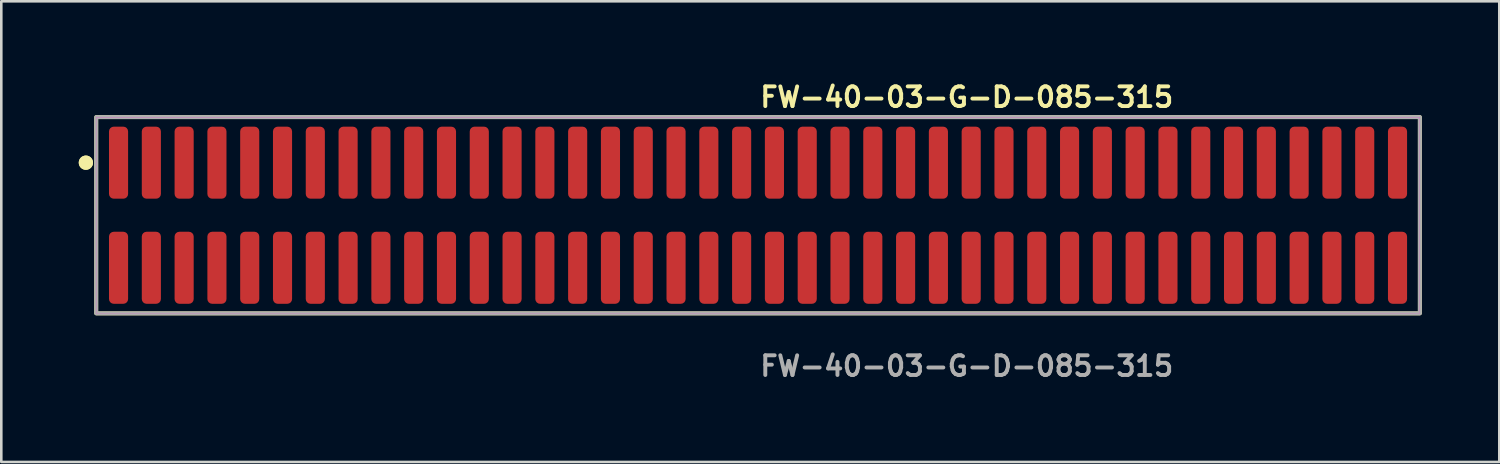
<source format=kicad_pcb>
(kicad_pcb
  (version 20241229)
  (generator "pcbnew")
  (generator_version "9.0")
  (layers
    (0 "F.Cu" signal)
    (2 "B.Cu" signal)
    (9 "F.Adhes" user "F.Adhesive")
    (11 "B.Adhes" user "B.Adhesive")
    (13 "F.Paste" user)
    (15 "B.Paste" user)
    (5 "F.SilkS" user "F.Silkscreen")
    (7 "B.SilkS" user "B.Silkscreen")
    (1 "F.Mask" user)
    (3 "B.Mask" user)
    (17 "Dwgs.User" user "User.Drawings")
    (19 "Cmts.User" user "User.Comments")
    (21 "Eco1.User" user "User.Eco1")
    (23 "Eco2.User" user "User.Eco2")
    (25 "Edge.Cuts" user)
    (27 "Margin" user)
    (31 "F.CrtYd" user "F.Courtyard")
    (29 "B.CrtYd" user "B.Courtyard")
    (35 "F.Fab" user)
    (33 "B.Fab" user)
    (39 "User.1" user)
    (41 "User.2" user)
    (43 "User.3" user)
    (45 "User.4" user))
  (footprint "FW-40-03-G-D-085-315"
    (layer "F.Cu")
    (at 26.306 5.285)
    (property "Reference" "FW-40-03-G-D-085-315" (at 0 -4.572 0) (unlocked yes) (layer "F.SilkS") (effects (font (size 0.762 0.762) (thickness 0.152)) (justify left)))
    (fp_rect (start -25.63 3.8) (end 25.63 -3.8) (stroke (width 0.152) (type solid)) (fill no) (layer "F.SilkS"))
    (fp_circle (center -26.03 -2.035) (end -26.23 -2.035) (stroke (width 0.152) (type solid)) (fill yes) (layer "F.SilkS"))
    (fp_circle (center -26.03 -2.035) (end -26.23 -2.035) (stroke (width 0.152) (type solid)) (fill yes) (layer "F.SilkS"))
    (fp_rect (start -25.63 3.8) (end 25.63 -3.8) (stroke (width 0.006) (type solid)) (fill no) (layer "F.CrtYd"))
    (fp_rect (start -25.63 3.8) (end 25.63 -3.8) (stroke (width 0.152) (type solid)) (fill no) (layer "F.Fab"))
    (fp_text user "${REFERENCE}" (at 0 5.842 0) (unlocked yes) (layer "F.Fab") (effects (font (size 0.762 0.762) (thickness 0.152)) (justify left)))
    (pad "1" smd roundrect (at -24.765 -2.035) (size 0.74 2.79) (layers "F.Cu" "F.Paste") (roundrect_rratio 0.25))
    (pad "2" smd roundrect (at -24.765 2.035) (size 0.74 2.79) (layers "F.Cu" "F.Paste") (roundrect_rratio 0.25))
    (pad "3" smd roundrect (at -23.495 -2.035) (size 0.74 2.79) (layers "F.Cu" "F.Paste") (roundrect_rratio 0.25))
    (pad "4" smd roundrect (at -23.495 2.035) (size 0.74 2.79) (layers "F.Cu" "F.Paste") (roundrect_rratio 0.25))
    (pad "5" smd roundrect (at -22.225 -2.035) (size 0.74 2.79) (layers "F.Cu" "F.Paste") (roundrect_rratio 0.25))
    (pad "6" smd roundrect (at -22.225 2.035) (size 0.74 2.79) (layers "F.Cu" "F.Paste") (roundrect_rratio 0.25))
    (pad "7" smd roundrect (at -20.955 -2.035) (size 0.74 2.79) (layers "F.Cu" "F.Paste") (roundrect_rratio 0.25))
    (pad "8" smd roundrect (at -20.955 2.035) (size 0.74 2.79) (layers "F.Cu" "F.Paste") (roundrect_rratio 0.25))
    (pad "9" smd roundrect (at -19.685 -2.035) (size 0.74 2.79) (layers "F.Cu" "F.Paste") (roundrect_rratio 0.25))
    (pad "10" smd roundrect (at -19.685 2.035) (size 0.74 2.79) (layers "F.Cu" "F.Paste") (roundrect_rratio 0.25))
    (pad "11" smd roundrect (at -18.415 -2.035) (size 0.74 2.79) (layers "F.Cu" "F.Paste") (roundrect_rratio 0.25))
    (pad "12" smd roundrect (at -18.415 2.035) (size 0.74 2.79) (layers "F.Cu" "F.Paste") (roundrect_rratio 0.25))
    (pad "13" smd roundrect (at -17.145 -2.035) (size 0.74 2.79) (layers "F.Cu" "F.Paste") (roundrect_rratio 0.25))
    (pad "14" smd roundrect (at -17.145 2.035) (size 0.74 2.79) (layers "F.Cu" "F.Paste") (roundrect_rratio 0.25))
    (pad "15" smd roundrect (at -15.875 -2.035) (size 0.74 2.79) (layers "F.Cu" "F.Paste") (roundrect_rratio 0.25))
    (pad "16" smd roundrect (at -15.875 2.035) (size 0.74 2.79) (layers "F.Cu" "F.Paste") (roundrect_rratio 0.25))
    (pad "17" smd roundrect (at -14.605 -2.035) (size 0.74 2.79) (layers "F.Cu" "F.Paste") (roundrect_rratio 0.25))
    (pad "18" smd roundrect (at -14.605 2.035) (size 0.74 2.79) (layers "F.Cu" "F.Paste") (roundrect_rratio 0.25))
    (pad "19" smd roundrect (at -13.335 -2.035) (size 0.74 2.79) (layers "F.Cu" "F.Paste") (roundrect_rratio 0.25))
    (pad "20" smd roundrect (at -13.335 2.035) (size 0.74 2.79) (layers "F.Cu" "F.Paste") (roundrect_rratio 0.25))
    (pad "21" smd roundrect (at -12.065 -2.035) (size 0.74 2.79) (layers "F.Cu" "F.Paste") (roundrect_rratio 0.25))
    (pad "22" smd roundrect (at -12.065 2.035) (size 0.74 2.79) (layers "F.Cu" "F.Paste") (roundrect_rratio 0.25))
    (pad "23" smd roundrect (at -10.795 -2.035) (size 0.74 2.79) (layers "F.Cu" "F.Paste") (roundrect_rratio 0.25))
    (pad "24" smd roundrect (at -10.795 2.035) (size 0.74 2.79) (layers "F.Cu" "F.Paste") (roundrect_rratio 0.25))
    (pad "25" smd roundrect (at -9.525 -2.035) (size 0.74 2.79) (layers "F.Cu" "F.Paste") (roundrect_rratio 0.25))
    (pad "26" smd roundrect (at -9.525 2.035) (size 0.74 2.79) (layers "F.Cu" "F.Paste") (roundrect_rratio 0.25))
    (pad "27" smd roundrect (at -8.255 -2.035) (size 0.74 2.79) (layers "F.Cu" "F.Paste") (roundrect_rratio 0.25))
    (pad "28" smd roundrect (at -8.255 2.035) (size 0.74 2.79) (layers "F.Cu" "F.Paste") (roundrect_rratio 0.25))
    (pad "29" smd roundrect (at -6.985 -2.035) (size 0.74 2.79) (layers "F.Cu" "F.Paste") (roundrect_rratio 0.25))
    (pad "30" smd roundrect (at -6.985 2.035) (size 0.74 2.79) (layers "F.Cu" "F.Paste") (roundrect_rratio 0.25))
    (pad "31" smd roundrect (at -5.715 -2.035) (size 0.74 2.79) (layers "F.Cu" "F.Paste") (roundrect_rratio 0.25))
    (pad "32" smd roundrect (at -5.715 2.035) (size 0.74 2.79) (layers "F.Cu" "F.Paste") (roundrect_rratio 0.25))
    (pad "33" smd roundrect (at -4.445 -2.035) (size 0.74 2.79) (layers "F.Cu" "F.Paste") (roundrect_rratio 0.25))
    (pad "34" smd roundrect (at -4.445 2.035) (size 0.74 2.79) (layers "F.Cu" "F.Paste") (roundrect_rratio 0.25))
    (pad "35" smd roundrect (at -3.175 -2.035) (size 0.74 2.79) (layers "F.Cu" "F.Paste") (roundrect_rratio 0.25))
    (pad "36" smd roundrect (at -3.175 2.035) (size 0.74 2.79) (layers "F.Cu" "F.Paste") (roundrect_rratio 0.25))
    (pad "37" smd roundrect (at -1.905 -2.035) (size 0.74 2.79) (layers "F.Cu" "F.Paste") (roundrect_rratio 0.25))
    (pad "38" smd roundrect (at -1.905 2.035) (size 0.74 2.79) (layers "F.Cu" "F.Paste") (roundrect_rratio 0.25))
    (pad "39" smd roundrect (at -0.635 -2.035) (size 0.74 2.79) (layers "F.Cu" "F.Paste") (roundrect_rratio 0.25))
    (pad "40" smd roundrect (at -0.635 2.035) (size 0.74 2.79) (layers "F.Cu" "F.Paste") (roundrect_rratio 0.25))
    (pad "41" smd roundrect (at 0.635 -2.035) (size 0.74 2.79) (layers "F.Cu" "F.Paste") (roundrect_rratio 0.25))
    (pad "42" smd roundrect (at 0.635 2.035) (size 0.74 2.79) (layers "F.Cu" "F.Paste") (roundrect_rratio 0.25))
    (pad "43" smd roundrect (at 1.905 -2.035) (size 0.74 2.79) (layers "F.Cu" "F.Paste") (roundrect_rratio 0.25))
    (pad "44" smd roundrect (at 1.905 2.035) (size 0.74 2.79) (layers "F.Cu" "F.Paste") (roundrect_rratio 0.25))
    (pad "45" smd roundrect (at 3.175 -2.035) (size 0.74 2.79) (layers "F.Cu" "F.Paste") (roundrect_rratio 0.25))
    (pad "46" smd roundrect (at 3.175 2.035) (size 0.74 2.79) (layers "F.Cu" "F.Paste") (roundrect_rratio 0.25))
    (pad "47" smd roundrect (at 4.445 -2.035) (size 0.74 2.79) (layers "F.Cu" "F.Paste") (roundrect_rratio 0.25))
    (pad "48" smd roundrect (at 4.445 2.035) (size 0.74 2.79) (layers "F.Cu" "F.Paste") (roundrect_rratio 0.25))
    (pad "49" smd roundrect (at 5.715 -2.035) (size 0.74 2.79) (layers "F.Cu" "F.Paste") (roundrect_rratio 0.25))
    (pad "50" smd roundrect (at 5.715 2.035) (size 0.74 2.79) (layers "F.Cu" "F.Paste") (roundrect_rratio 0.25))
    (pad "51" smd roundrect (at 6.985 -2.035) (size 0.74 2.79) (layers "F.Cu" "F.Paste") (roundrect_rratio 0.25))
    (pad "52" smd roundrect (at 6.985 2.035) (size 0.74 2.79) (layers "F.Cu" "F.Paste") (roundrect_rratio 0.25))
    (pad "53" smd roundrect (at 8.255 -2.035) (size 0.74 2.79) (layers "F.Cu" "F.Paste") (roundrect_rratio 0.25))
    (pad "54" smd roundrect (at 8.255 2.035) (size 0.74 2.79) (layers "F.Cu" "F.Paste") (roundrect_rratio 0.25))
    (pad "55" smd roundrect (at 9.525 -2.035) (size 0.74 2.79) (layers "F.Cu" "F.Paste") (roundrect_rratio 0.25))
    (pad "56" smd roundrect (at 9.525 2.035) (size 0.74 2.79) (layers "F.Cu" "F.Paste") (roundrect_rratio 0.25))
    (pad "57" smd roundrect (at 10.795 -2.035) (size 0.74 2.79) (layers "F.Cu" "F.Paste") (roundrect_rratio 0.25))
    (pad "58" smd roundrect (at 10.795 2.035) (size 0.74 2.79) (layers "F.Cu" "F.Paste") (roundrect_rratio 0.25))
    (pad "59" smd roundrect (at 12.065 -2.035) (size 0.74 2.79) (layers "F.Cu" "F.Paste") (roundrect_rratio 0.25))
    (pad "60" smd roundrect (at 12.065 2.035) (size 0.74 2.79) (layers "F.Cu" "F.Paste") (roundrect_rratio 0.25))
    (pad "61" smd roundrect (at 13.335 -2.035) (size 0.74 2.79) (layers "F.Cu" "F.Paste") (roundrect_rratio 0.25))
    (pad "62" smd roundrect (at 13.335 2.035) (size 0.74 2.79) (layers "F.Cu" "F.Paste") (roundrect_rratio 0.25))
    (pad "63" smd roundrect (at 14.605 -2.035) (size 0.74 2.79) (layers "F.Cu" "F.Paste") (roundrect_rratio 0.25))
    (pad "64" smd roundrect (at 14.605 2.035) (size 0.74 2.79) (layers "F.Cu" "F.Paste") (roundrect_rratio 0.25))
    (pad "65" smd roundrect (at 15.875 -2.035) (size 0.74 2.79) (layers "F.Cu" "F.Paste") (roundrect_rratio 0.25))
    (pad "66" smd roundrect (at 15.875 2.035) (size 0.74 2.79) (layers "F.Cu" "F.Paste") (roundrect_rratio 0.25))
    (pad "67" smd roundrect (at 17.145 -2.035) (size 0.74 2.79) (layers "F.Cu" "F.Paste") (roundrect_rratio 0.25))
    (pad "68" smd roundrect (at 17.145 2.035) (size 0.74 2.79) (layers "F.Cu" "F.Paste") (roundrect_rratio 0.25))
    (pad "69" smd roundrect (at 18.415 -2.035) (size 0.74 2.79) (layers "F.Cu" "F.Paste") (roundrect_rratio 0.25))
    (pad "70" smd roundrect (at 18.415 2.035) (size 0.74 2.79) (layers "F.Cu" "F.Paste") (roundrect_rratio 0.25))
    (pad "71" smd roundrect (at 19.685 -2.035) (size 0.74 2.79) (layers "F.Cu" "F.Paste") (roundrect_rratio 0.25))
    (pad "72" smd roundrect (at 19.685 2.035) (size 0.74 2.79) (layers "F.Cu" "F.Paste") (roundrect_rratio 0.25))
    (pad "73" smd roundrect (at 20.955 -2.035) (size 0.74 2.79) (layers "F.Cu" "F.Paste") (roundrect_rratio 0.25))
    (pad "74" smd roundrect (at 20.955 2.035) (size 0.74 2.79) (layers "F.Cu" "F.Paste") (roundrect_rratio 0.25))
    (pad "75" smd roundrect (at 22.225 -2.035) (size 0.74 2.79) (layers "F.Cu" "F.Paste") (roundrect_rratio 0.25))
    (pad "76" smd roundrect (at 22.225 2.035) (size 0.74 2.79) (layers "F.Cu" "F.Paste") (roundrect_rratio 0.25))
    (pad "77" smd roundrect (at 23.495 -2.035) (size 0.74 2.79) (layers "F.Cu" "F.Paste") (roundrect_rratio 0.25))
    (pad "78" smd roundrect (at 23.495 2.035) (size 0.74 2.79) (layers "F.Cu" "F.Paste") (roundrect_rratio 0.25))
    (pad "79" smd roundrect (at 24.765 -2.035) (size 0.74 2.79) (layers "F.Cu" "F.Paste") (roundrect_rratio 0.25))
    (pad "80" smd roundrect (at 24.765 2.035) (size 0.74 2.79) (layers "F.Cu" "F.Paste") (roundrect_rratio 0.25)))
  (gr_rect
    (start -3 -3)
    (end 55.012 14.84)
    (stroke (width 0.1) (type default))
    (fill no)
    (layer "Edge.Cuts")))
</source>
